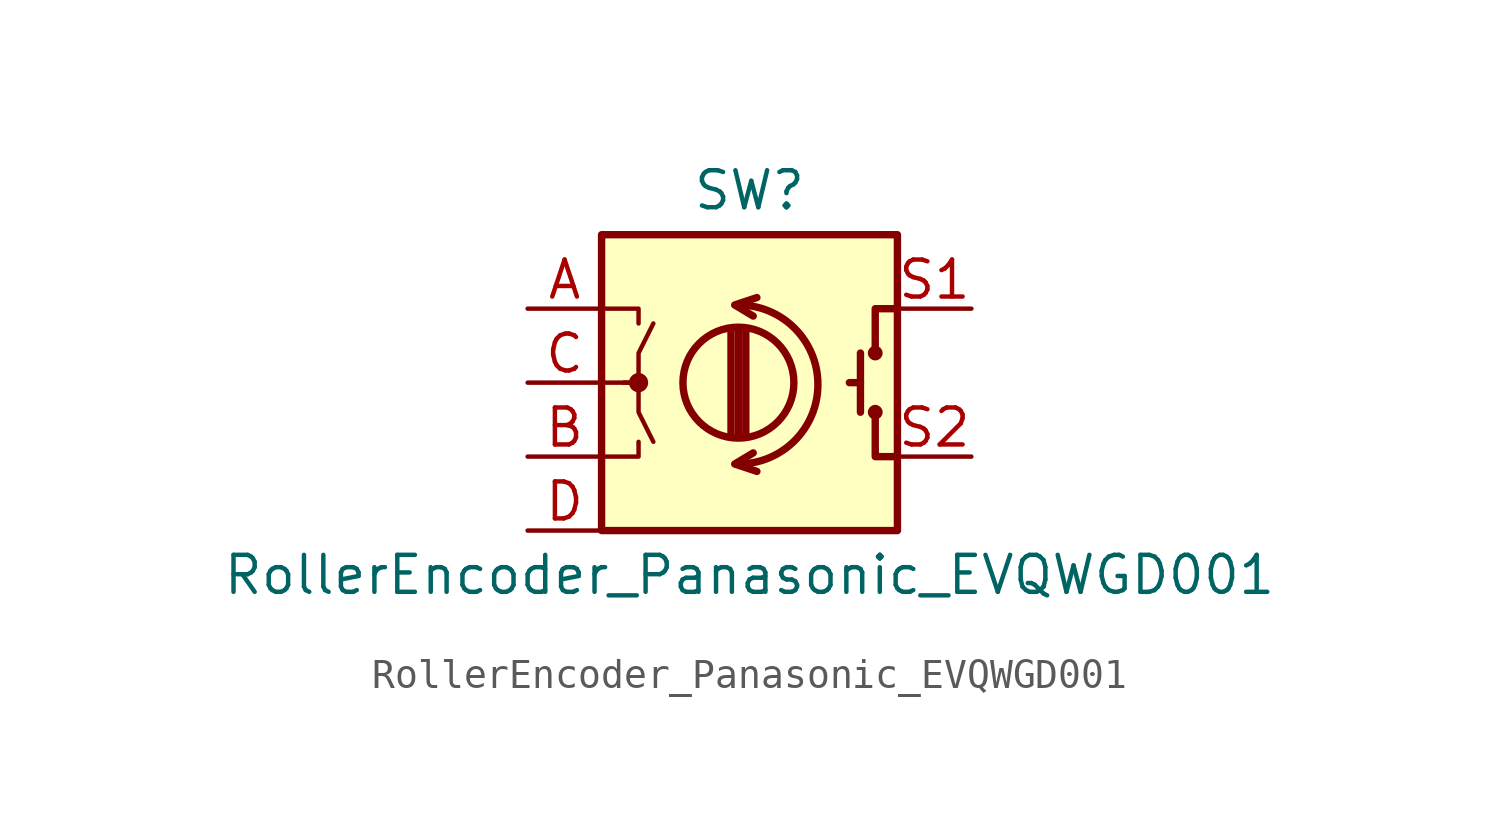
<source format=kicad_sym>
(kicad_symbol_lib
  (version 20211014)
  (generator kicad_symbol_editor)
  (symbol "RollerEncoder_Panasonic_EVQWGD001"
    (pin_names
      (offset 0.254) hide)
    (property "Reference" "SW"
      (at 0 6.604 0)
      (effects (font (size 1.27 1.27))))
    (property "Value" "RollerEncoder_Panasonic_EVQWGD001"
      (at 0 -6.604 0)
      (effects (font (size 1.27 1.27))))
    (symbol "RollerEncoder_Panasonic_EVQWGD001_0_1"
      (rectangle (start -5.08 5.08) (end 5.08 -5.08) (stroke (width 0.254) (type default) (color 0 0 0 0)) (fill (type background)))
      (circle (center -3.81 0) (radius 0.254) (stroke (width 0) (type default) (color 0 0 0 0)) (fill (type outline)))
      (arc (start -0.381 -2.794) (mid 2.3622 -0.0508) (end -0.381 2.667) (stroke (width 0.254) (type default) (color 0 0 0 0)) (fill (type none)))
      (circle (center -0.381 0) (radius 1.905) (stroke (width 0.254) (type default) (color 0 0 0 0)) (fill (type none)))
      (polyline (pts (xy -0.635 -1.778) (xy -0.635 1.778)) (stroke (width 0.254) (type default) (color 0 0 0 0)) (fill (type none)))
      (polyline (pts (xy -0.381 -1.778) (xy -0.381 1.778)) (stroke (width 0.254) (type default) (color 0 0 0 0)) (fill (type none)))
      (polyline (pts (xy -0.127 1.778) (xy -0.127 -1.778)) (stroke (width 0.254) (type default) (color 0 0 0 0)) (fill (type none)))
      (polyline (pts (xy 3.81 0) (xy 3.429 0)) (stroke (width 0.254) (type default) (color 0 0 0 0)) (fill (type none)))
      (polyline (pts (xy 3.81 1.016) (xy 3.81 -1.016)) (stroke (width 0.254) (type default) (color 0 0 0 0)) (fill (type none)))
      (polyline (pts (xy -5.08 -2.54) (xy -3.81 -2.54) (xy -3.81 -2.032)) (stroke (width 0) (type default) (color 0 0 0 0)) (fill (type none)))
      (polyline (pts (xy -5.08 2.54) (xy -3.81 2.54) (xy -3.81 2.032)) (stroke (width 0) (type default) (color 0 0 0 0)) (fill (type none)))
      (polyline (pts (xy 0.254 -3.048) (xy -0.508 -2.794) (xy 0.127 -2.413)) (stroke (width 0.254) (type default) (color 0 0 0 0)) (fill (type none)))
      (polyline (pts (xy 0.254 2.921) (xy -0.508 2.667) (xy 0.127 2.286)) (stroke (width 0.254) (type default) (color 0 0 0 0)) (fill (type none)))
      (polyline (pts (xy 5.08 -2.54) (xy 4.318 -2.54) (xy 4.318 -1.016)) (stroke (width 0.254) (type default) (color 0 0 0 0)) (fill (type none)))
      (polyline (pts (xy 5.08 2.54) (xy 4.318 2.54) (xy 4.318 1.016)) (stroke (width 0.254) (type default) (color 0 0 0 0)) (fill (type none)))
      (polyline (pts (xy -5.08 0) (xy -3.81 0) (xy -3.81 -1.016) (xy -3.302 -2.032)) (stroke (width 0) (type default) (color 0 0 0 0)) (fill (type none)))
      (polyline (pts (xy -4.318 0) (xy -3.81 0) (xy -3.81 1.016) (xy -3.302 2.032)) (stroke (width 0) (type default) (color 0 0 0 0)) (fill (type none)))
      (circle (center 4.318 -1.016) (radius 0.127) (stroke (width 0.254) (type default) (color 0 0 0 0)) (fill (type none)))
      (circle (center 4.318 1.016) (radius 0.127) (stroke (width 0.254) (type default) (color 0 0 0 0)) (fill (type none))))
    (symbol "RollerEncoder_Panasonic_EVQWGD001_1_1"
      (pin passive line (at -7.62 2.54 0) (length 2.54) (name "A" (effects (font (size 1.27 1.27)))) (number "A" (effects (font (size 1.27 1.27)))))
      (pin passive line (at -7.62 -2.54 0) (length 2.54) (name "B" (effects (font (size 1.27 1.27)))) (number "B" (effects (font (size 1.27 1.27)))))
      (pin passive line (at -7.62 0 0) (length 2.54) (name "C" (effects (font (size 1.27 1.27)))) (number "C" (effects (font (size 1.27 1.27)))))
      (pin passive line (at -7.62 -5.08 0) (length 2.54) (name "D" (effects (font (size 1.27 1.27)))) (number "D" (effects (font (size 1.27 1.27)))))
      (pin passive line (at 7.62 2.54 180) (length 2.54) (name "S1" (effects (font (size 1.27 1.27)))) (number "S1" (effects (font (size 1.27 1.27)))))
      (pin passive line (at 7.62 -2.54 180) (length 2.54) (name "S2" (effects (font (size 1.27 1.27)))) (number "S2" (effects (font (size 1.27 1.27))))))))
</source>
